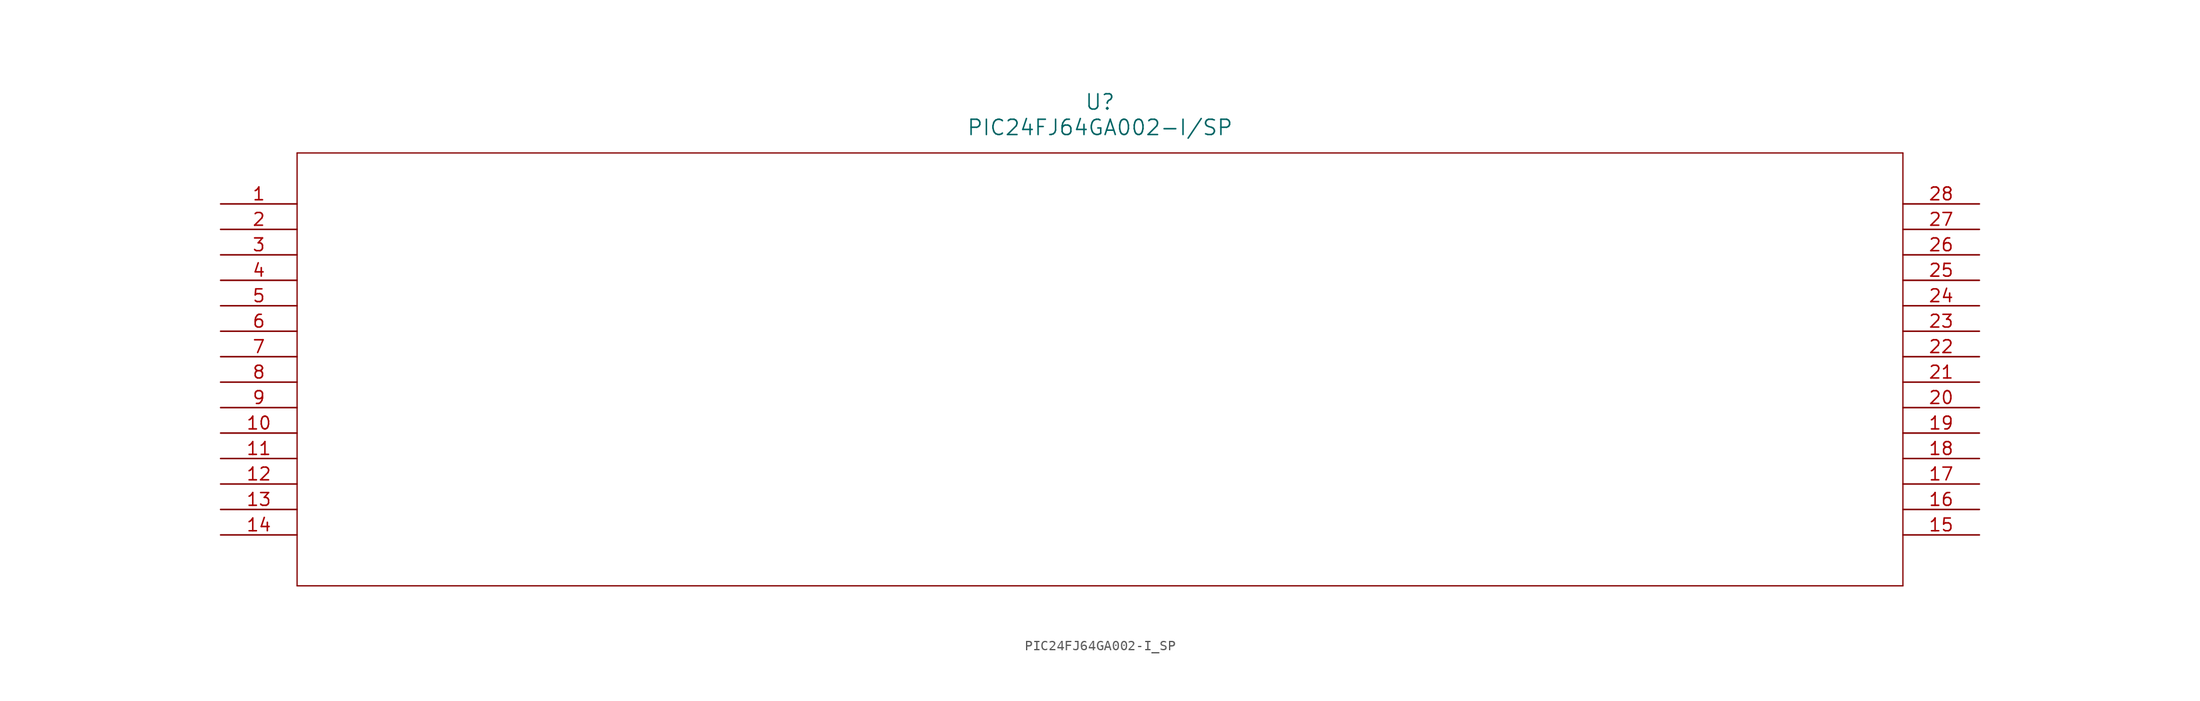
<source format=kicad_sym>
(kicad_symbol_lib
  (version 20211014)
  (generator kicad_symbol_editor)
  (symbol "PIC24FJ64GA002-I_SP"
    (pin_names
      (offset 0.254))
    (property "Reference" "U"
      (at 87.63 10.16 0)
      (effects (font (size 1.524 1.524))))
    (property "Value" "PIC24FJ64GA002-I/SP"
      (at 87.63 7.62 0)
      (effects (font (size 1.524 1.524))))
    (symbol "PIC24FJ64GA002-I_SP_0_1"
      (polyline (pts (xy 7.62 5.08) (xy 7.62 -38.1)) (stroke (width 0.127) (type default) (color 0 0 0 0)) (fill (type none)))
      (polyline (pts (xy 7.62 -38.1) (xy 167.64 -38.1)) (stroke (width 0.127) (type default) (color 0 0 0 0)) (fill (type none)))
      (polyline (pts (xy 167.64 -38.1) (xy 167.64 5.08)) (stroke (width 0.127) (type default) (color 0 0 0 0)) (fill (type none)))
      (polyline (pts (xy 167.64 5.08) (xy 7.62 5.08)) (stroke (width 0.127) (type default) (color 0 0 0 0)) (fill (type none)))
      (pin unspecified line (at 0 0 0) (length 7.62) (name "" (effects (font (size 1.27 1.27)))) (number "1" (effects (font (size 1.27 1.27)))))
      (pin unspecified line (at 0 -2.54 0) (length 7.62) (name "" (effects (font (size 1.27 1.27)))) (number "2" (effects (font (size 1.27 1.27)))))
      (pin unspecified line (at 0 -5.08 0) (length 7.62) (name "" (effects (font (size 1.27 1.27)))) (number "3" (effects (font (size 1.27 1.27)))))
      (pin unspecified line (at 0 -7.62 0) (length 7.62) (name "" (effects (font (size 1.27 1.27)))) (number "4" (effects (font (size 1.27 1.27)))))
      (pin unspecified line (at 0 -10.16 0) (length 7.62) (name "" (effects (font (size 1.27 1.27)))) (number "5" (effects (font (size 1.27 1.27)))))
      (pin unspecified line (at 0 -12.7 0) (length 7.62) (name "" (effects (font (size 1.27 1.27)))) (number "6" (effects (font (size 1.27 1.27)))))
      (pin unspecified line (at 0 -15.24 0) (length 7.62) (name "" (effects (font (size 1.27 1.27)))) (number "7" (effects (font (size 1.27 1.27)))))
      (pin unspecified line (at 0 -17.78 0) (length 7.62) (name "" (effects (font (size 1.27 1.27)))) (number "8" (effects (font (size 1.27 1.27)))))
      (pin unspecified line (at 0 -20.32 0) (length 7.62) (name "" (effects (font (size 1.27 1.27)))) (number "9" (effects (font (size 1.27 1.27)))))
      (pin unspecified line (at 0 -22.86 0) (length 7.62) (name "" (effects (font (size 1.27 1.27)))) (number "10" (effects (font (size 1.27 1.27)))))
      (pin unspecified line (at 0 -25.4 0) (length 7.62) (name "" (effects (font (size 1.27 1.27)))) (number "11" (effects (font (size 1.27 1.27)))))
      (pin unspecified line (at 0 -27.94 0) (length 7.62) (name "" (effects (font (size 1.27 1.27)))) (number "12" (effects (font (size 1.27 1.27)))))
      (pin unspecified line (at 0 -30.48 0) (length 7.62) (name "" (effects (font (size 1.27 1.27)))) (number "13" (effects (font (size 1.27 1.27)))))
      (pin unspecified line (at 0 -33.02 0) (length 7.62) (name "" (effects (font (size 1.27 1.27)))) (number "14" (effects (font (size 1.27 1.27)))))
      (pin unspecified line (at 175.26 -33.02 180) (length 7.62) (name "" (effects (font (size 1.27 1.27)))) (number "15" (effects (font (size 1.27 1.27)))))
      (pin unspecified line (at 175.26 -30.48 180) (length 7.62) (name "" (effects (font (size 1.27 1.27)))) (number "16" (effects (font (size 1.27 1.27)))))
      (pin unspecified line (at 175.26 -27.94 180) (length 7.62) (name "" (effects (font (size 1.27 1.27)))) (number "17" (effects (font (size 1.27 1.27)))))
      (pin unspecified line (at 175.26 -25.4 180) (length 7.62) (name "" (effects (font (size 1.27 1.27)))) (number "18" (effects (font (size 1.27 1.27)))))
      (pin unspecified line (at 175.26 -22.86 180) (length 7.62) (name "" (effects (font (size 1.27 1.27)))) (number "19" (effects (font (size 1.27 1.27)))))
      (pin unspecified line (at 175.26 -20.32 180) (length 7.62) (name "" (effects (font (size 1.27 1.27)))) (number "20" (effects (font (size 1.27 1.27)))))
      (pin unspecified line (at 175.26 -17.78 180) (length 7.62) (name "" (effects (font (size 1.27 1.27)))) (number "21" (effects (font (size 1.27 1.27)))))
      (pin unspecified line (at 175.26 -15.24 180) (length 7.62) (name "" (effects (font (size 1.27 1.27)))) (number "22" (effects (font (size 1.27 1.27)))))
      (pin unspecified line (at 175.26 -12.7 180) (length 7.62) (name "" (effects (font (size 1.27 1.27)))) (number "23" (effects (font (size 1.27 1.27)))))
      (pin unspecified line (at 175.26 -10.16 180) (length 7.62) (name "" (effects (font (size 1.27 1.27)))) (number "24" (effects (font (size 1.27 1.27)))))
      (pin unspecified line (at 175.26 -7.62 180) (length 7.62) (name "" (effects (font (size 1.27 1.27)))) (number "25" (effects (font (size 1.27 1.27)))))
      (pin unspecified line (at 175.26 -5.08 180) (length 7.62) (name "" (effects (font (size 1.27 1.27)))) (number "26" (effects (font (size 1.27 1.27)))))
      (pin unspecified line (at 175.26 -2.54 180) (length 7.62) (name "" (effects (font (size 1.27 1.27)))) (number "27" (effects (font (size 1.27 1.27)))))
      (pin unspecified line (at 175.26 0 180) (length 7.62) (name "" (effects (font (size 1.27 1.27)))) (number "28" (effects (font (size 1.27 1.27))))))))
</source>
